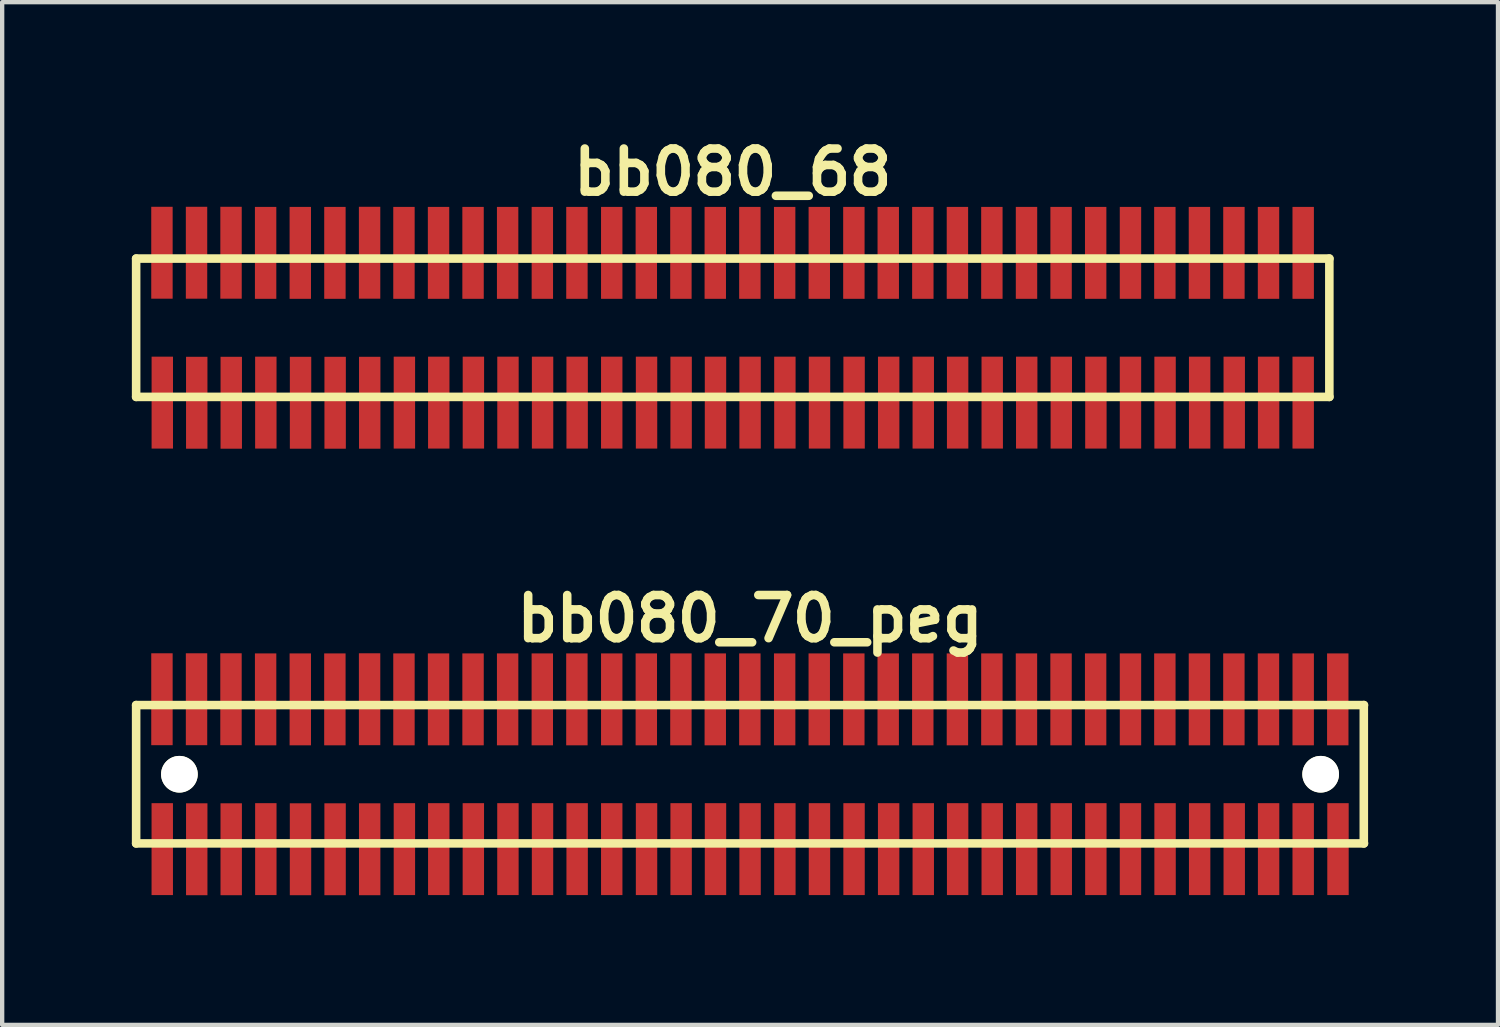
<source format=kicad_pcb>
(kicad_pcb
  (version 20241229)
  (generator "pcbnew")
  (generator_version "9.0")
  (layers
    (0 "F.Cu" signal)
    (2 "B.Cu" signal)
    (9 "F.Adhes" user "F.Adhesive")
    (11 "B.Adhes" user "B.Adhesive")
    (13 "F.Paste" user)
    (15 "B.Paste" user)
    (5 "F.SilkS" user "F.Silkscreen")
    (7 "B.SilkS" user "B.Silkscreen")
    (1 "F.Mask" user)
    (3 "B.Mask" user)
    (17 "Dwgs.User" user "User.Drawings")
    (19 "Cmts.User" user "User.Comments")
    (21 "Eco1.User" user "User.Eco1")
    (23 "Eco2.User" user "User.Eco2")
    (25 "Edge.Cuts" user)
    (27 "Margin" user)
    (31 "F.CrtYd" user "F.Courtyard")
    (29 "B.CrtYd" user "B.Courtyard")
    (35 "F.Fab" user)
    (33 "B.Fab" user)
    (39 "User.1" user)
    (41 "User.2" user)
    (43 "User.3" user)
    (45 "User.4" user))
  (footprint "bb080_70_peg"
    (layer "F.Cu")
    (at 14.3 14.859)
    (property "Reference" "bb080_70_peg" (at 0 -3.599 0) (layer "F.SilkS") (effects (font (size 0.998 0.998) (thickness 0.198))))
    (attr through_hole)
    (fp_line (start -14.201 -1.6) (end -14.201 1.6) (stroke (width 0.198) (type solid)) (layer "F.SilkS"))
    (fp_line (start -14.201 -1.6) (end 14.201 -1.6) (stroke (width 0.198) (type solid)) (layer "F.SilkS"))
    (fp_line (start 14.196 1.6) (end 14.196 -1.6) (stroke (width 0.198) (type solid)) (layer "F.SilkS"))
    (fp_line (start 14.201 1.6) (end -14.201 1.6) (stroke (width 0.198) (type solid)) (layer "F.SilkS"))
    (pad "" np_thru_hole circle (at -13.2 0) (size 0.848 0.848) (drill 0.848) (layers "*.Cu" "*.Mask" "F.SilkS"))
    (pad "" np_thru_hole circle (at 13.198 0) (size 0.848 0.848) (drill 0.848) (layers "*.Cu" "*.Mask" "F.SilkS"))
    (pad "1" smd rect (at -13.597 1.732) (size 0.495 2.126) (layers "F.Cu" "F.Mask" "F.Paste"))
    (pad "2" smd rect (at -13.604 -1.735) (size 0.495 2.126) (layers "F.Cu" "F.Mask" "F.Paste"))
    (pad "3" smd rect (at -12.799 1.735) (size 0.495 2.126) (layers "F.Cu" "F.Mask" "F.Paste"))
    (pad "4" smd rect (at -12.804 -1.735) (size 0.495 2.126) (layers "F.Cu" "F.Mask" "F.Paste"))
    (pad "5" smd rect (at -12.002 1.735) (size 0.495 2.126) (layers "F.Cu" "F.Mask" "F.Paste"))
    (pad "6" smd rect (at -12.007 -1.735) (size 0.495 2.126) (layers "F.Cu" "F.Mask" "F.Paste"))
    (pad "7" smd rect (at -11.201 1.732) (size 0.495 2.126) (layers "F.Cu" "F.Mask" "F.Paste"))
    (pad "8" smd rect (at -11.206 -1.732) (size 0.495 2.126) (layers "F.Cu" "F.Mask" "F.Paste"))
    (pad "9" smd rect (at -10.399 1.735) (size 0.495 2.126) (layers "F.Cu" "F.Mask" "F.Paste"))
    (pad "10" smd rect (at -10.404 -1.732) (size 0.495 2.126) (layers "F.Cu" "F.Mask" "F.Paste"))
    (pad "11" smd rect (at -9.599 1.735) (size 0.495 2.126) (layers "F.Cu" "F.Mask" "F.Paste"))
    (pad "12" smd rect (at -9.604 -1.732) (size 0.495 2.126) (layers "F.Cu" "F.Mask" "F.Paste"))
    (pad "13" smd rect (at -8.799 1.735) (size 0.495 2.126) (layers "F.Cu" "F.Mask" "F.Paste"))
    (pad "14" smd rect (at -8.801 -1.735) (size 0.495 2.126) (layers "F.Cu" "F.Mask" "F.Paste"))
    (pad "15" smd rect (at -7.996 1.732) (size 0.495 2.126) (layers "F.Cu" "F.Mask" "F.Paste"))
    (pad "16" smd rect (at -8.006 -1.732) (size 0.495 2.126) (layers "F.Cu" "F.Mask" "F.Paste"))
    (pad "17" smd rect (at -7.201 1.732) (size 0.495 2.126) (layers "F.Cu" "F.Mask" "F.Paste"))
    (pad "18" smd rect (at -7.206 -1.732) (size 0.495 2.126) (layers "F.Cu" "F.Mask" "F.Paste"))
    (pad "19" smd rect (at -6.401 1.732) (size 0.495 2.126) (layers "F.Cu" "F.Mask" "F.Paste"))
    (pad "20" smd rect (at -6.408 -1.732) (size 0.495 2.126) (layers "F.Cu" "F.Mask" "F.Paste"))
    (pad "21" smd rect (at -5.601 1.732) (size 0.495 2.126) (layers "F.Cu" "F.Mask" "F.Paste"))
    (pad "22" smd rect (at -5.608 -1.732) (size 0.495 2.126) (layers "F.Cu" "F.Mask" "F.Paste"))
    (pad "23" smd rect (at -4.801 1.732) (size 0.495 2.126) (layers "F.Cu" "F.Mask" "F.Paste"))
    (pad "24" smd rect (at -4.806 -1.732) (size 0.495 2.126) (layers "F.Cu" "F.Mask" "F.Paste"))
    (pad "25" smd rect (at -4 1.732) (size 0.495 2.126) (layers "F.Cu" "F.Mask" "F.Paste"))
    (pad "26" smd rect (at -4.006 -1.732) (size 0.495 2.126) (layers "F.Cu" "F.Mask" "F.Paste"))
    (pad "27" smd rect (at -3.2 1.732) (size 0.495 2.126) (layers "F.Cu" "F.Mask" "F.Paste"))
    (pad "28" smd rect (at -3.2 -1.732) (size 0.495 2.126) (layers "F.Cu" "F.Mask" "F.Paste"))
    (pad "29" smd rect (at -2.395 1.732) (size 0.495 2.126) (layers "F.Cu" "F.Mask" "F.Paste"))
    (pad "30" smd rect (at -2.4 -1.732) (size 0.495 2.126) (layers "F.Cu" "F.Mask" "F.Paste"))
    (pad "31" smd rect (at -1.595 1.732) (size 0.495 2.126) (layers "F.Cu" "F.Mask" "F.Paste"))
    (pad "32" smd rect (at -1.6 -1.732) (size 0.495 2.126) (layers "F.Cu" "F.Mask" "F.Paste"))
    (pad "33" smd rect (at -0.8 1.732) (size 0.495 2.126) (layers "F.Cu" "F.Mask" "F.Paste"))
    (pad "34" smd rect (at -0.805 -1.732) (size 0.495 2.126) (layers "F.Cu" "F.Mask" "F.Paste"))
    (pad "35" smd rect (at 0 1.732) (size 0.495 2.126) (layers "F.Cu" "F.Mask" "F.Paste"))
    (pad "36" smd rect (at -0.005 -1.732) (size 0.495 2.126) (layers "F.Cu" "F.Mask" "F.Paste"))
    (pad "37" smd rect (at 0.805 1.732) (size 0.495 2.126) (layers "F.Cu" "F.Mask" "F.Paste"))
    (pad "38" smd rect (at 0.8 -1.732) (size 0.495 2.126) (layers "F.Cu" "F.Mask" "F.Paste"))
    (pad "39" smd rect (at 1.605 1.732) (size 0.495 2.126) (layers "F.Cu" "F.Mask" "F.Paste"))
    (pad "40" smd rect (at 1.6 -1.732) (size 0.495 2.126) (layers "F.Cu" "F.Mask" "F.Paste"))
    (pad "41" smd rect (at 2.405 1.732) (size 0.495 2.126) (layers "F.Cu" "F.Mask" "F.Paste"))
    (pad "42" smd rect (at 2.4 -1.732) (size 0.495 2.126) (layers "F.Cu" "F.Mask" "F.Paste"))
    (pad "43" smd rect (at 3.205 1.732) (size 0.495 2.126) (layers "F.Cu" "F.Mask" "F.Paste"))
    (pad "44" smd rect (at 3.195 -1.732) (size 0.495 2.126) (layers "F.Cu" "F.Mask" "F.Paste"))
    (pad "45" smd rect (at 4.006 1.732) (size 0.495 2.126) (layers "F.Cu" "F.Mask" "F.Paste"))
    (pad "46" smd rect (at 3.995 -1.732) (size 0.495 2.126) (layers "F.Cu" "F.Mask" "F.Paste"))
    (pad "47" smd rect (at 4.801 1.732) (size 0.495 2.126) (layers "F.Cu" "F.Mask" "F.Paste"))
    (pad "48" smd rect (at 4.796 -1.732) (size 0.495 2.126) (layers "F.Cu" "F.Mask" "F.Paste"))
    (pad "49" smd rect (at 5.601 1.732) (size 0.495 2.126) (layers "F.Cu" "F.Mask" "F.Paste"))
    (pad "50" smd rect (at 5.593 -1.732) (size 0.495 2.126) (layers "F.Cu" "F.Mask" "F.Paste"))
    (pad "51" smd rect (at 6.398 1.732) (size 0.495 2.126) (layers "F.Cu" "F.Mask" "F.Paste"))
    (pad "52" smd rect (at 6.393 -1.732) (size 0.495 2.126) (layers "F.Cu" "F.Mask" "F.Paste"))
    (pad "53" smd rect (at 7.198 1.732) (size 0.495 2.126) (layers "F.Cu" "F.Mask" "F.Paste"))
    (pad "54" smd rect (at 7.193 -1.732) (size 0.495 2.126) (layers "F.Cu" "F.Mask" "F.Paste"))
    (pad "55" smd rect (at 7.998 1.732) (size 0.495 2.126) (layers "F.Cu" "F.Mask" "F.Paste"))
    (pad "56" smd rect (at 7.993 -1.732) (size 0.495 2.126) (layers "F.Cu" "F.Mask" "F.Paste"))
    (pad "57" smd rect (at 8.799 1.732) (size 0.495 2.126) (layers "F.Cu" "F.Mask" "F.Paste"))
    (pad "58" smd rect (at 8.799 -1.732) (size 0.495 2.126) (layers "F.Cu" "F.Mask" "F.Paste"))
    (pad "59" smd rect (at 9.599 1.732) (size 0.495 2.126) (layers "F.Cu" "F.Mask" "F.Paste"))
    (pad "60" smd rect (at 9.594 -1.732) (size 0.495 2.126) (layers "F.Cu" "F.Mask" "F.Paste"))
    (pad "61" smd rect (at 10.399 1.732) (size 0.495 2.126) (layers "F.Cu" "F.Mask" "F.Paste"))
    (pad "62" smd rect (at 10.394 -1.732) (size 0.495 2.126) (layers "F.Cu" "F.Mask" "F.Paste"))
    (pad "63" smd rect (at 11.199 1.732) (size 0.495 2.126) (layers "F.Cu" "F.Mask" "F.Paste"))
    (pad "64" smd rect (at 11.191 -1.732) (size 0.495 2.126) (layers "F.Cu" "F.Mask" "F.Paste"))
    (pad "65" smd rect (at 11.994 1.732) (size 0.495 2.126) (layers "F.Cu" "F.Mask" "F.Paste"))
    (pad "66" smd rect (at 11.991 -1.732) (size 0.495 2.126) (layers "F.Cu" "F.Mask" "F.Paste"))
    (pad "67" smd rect (at 12.794 1.732) (size 0.495 2.126) (layers "F.Cu" "F.Mask" "F.Paste"))
    (pad "68" smd rect (at 12.794 -1.732) (size 0.495 2.126) (layers "F.Cu" "F.Mask" "F.Paste"))
    (pad "69" smd rect (at 13.599 1.732) (size 0.495 2.126) (layers "F.Cu" "F.Mask" "F.Paste"))
    (pad "70" smd rect (at 13.594 -1.732) (size 0.495 2.126) (layers "F.Cu" "F.Mask" "F.Paste")))
  (footprint "bb080_68"
    (layer "F.Cu")
    (at 13.899 4.531)
    (property "Reference" "bb080_68" (at 0 -3.599 0) (layer "F.SilkS") (effects (font (size 0.998 0.998) (thickness 0.198))))
    (attr through_hole)
    (fp_line (start -13.8 -1.6) (end -13.8 1.6) (stroke (width 0.198) (type solid)) (layer "F.SilkS"))
    (fp_line (start -13.8 1.6) (end 13.802 1.6) (stroke (width 0.198) (type solid)) (layer "F.SilkS"))
    (fp_line (start 13.8 1.6) (end 13.8 -1.6) (stroke (width 0.198) (type solid)) (layer "F.SilkS"))
    (fp_line (start 13.802 -1.6) (end -13.8 -1.6) (stroke (width 0.198) (type solid)) (layer "F.SilkS"))
    (pad "1" smd rect (at -13.195 1.732) (size 0.495 2.126) (layers "F.Cu" "F.Mask" "F.Paste"))
    (pad "2" smd rect (at -13.203 -1.735) (size 0.495 2.126) (layers "F.Cu" "F.Mask" "F.Paste"))
    (pad "3" smd rect (at -12.398 1.735) (size 0.495 2.126) (layers "F.Cu" "F.Mask" "F.Paste"))
    (pad "4" smd rect (at -12.403 -1.735) (size 0.495 2.126) (layers "F.Cu" "F.Mask" "F.Paste"))
    (pad "5" smd rect (at -11.6 1.735) (size 0.495 2.126) (layers "F.Cu" "F.Mask" "F.Paste"))
    (pad "6" smd rect (at -11.605 -1.735) (size 0.495 2.126) (layers "F.Cu" "F.Mask" "F.Paste"))
    (pad "7" smd rect (at -10.8 1.732) (size 0.495 2.126) (layers "F.Cu" "F.Mask" "F.Paste"))
    (pad "8" smd rect (at -10.805 -1.732) (size 0.495 2.126) (layers "F.Cu" "F.Mask" "F.Paste"))
    (pad "9" smd rect (at -9.997 1.735) (size 0.495 2.126) (layers "F.Cu" "F.Mask" "F.Paste"))
    (pad "10" smd rect (at -10.003 -1.732) (size 0.495 2.126) (layers "F.Cu" "F.Mask" "F.Paste"))
    (pad "11" smd rect (at -9.197 1.735) (size 0.495 2.126) (layers "F.Cu" "F.Mask" "F.Paste"))
    (pad "12" smd rect (at -9.202 -1.732) (size 0.495 2.126) (layers "F.Cu" "F.Mask" "F.Paste"))
    (pad "13" smd rect (at -8.397 1.735) (size 0.495 2.126) (layers "F.Cu" "F.Mask" "F.Paste"))
    (pad "14" smd rect (at -8.4 -1.735) (size 0.495 2.126) (layers "F.Cu" "F.Mask" "F.Paste"))
    (pad "15" smd rect (at -7.595 1.732) (size 0.495 2.126) (layers "F.Cu" "F.Mask" "F.Paste"))
    (pad "16" smd rect (at -7.605 -1.732) (size 0.495 2.126) (layers "F.Cu" "F.Mask" "F.Paste"))
    (pad "17" smd rect (at -6.8 1.732) (size 0.495 2.126) (layers "F.Cu" "F.Mask" "F.Paste"))
    (pad "18" smd rect (at -6.805 -1.732) (size 0.495 2.126) (layers "F.Cu" "F.Mask" "F.Paste"))
    (pad "19" smd rect (at -5.999 1.732) (size 0.495 2.126) (layers "F.Cu" "F.Mask" "F.Paste"))
    (pad "20" smd rect (at -6.007 -1.732) (size 0.495 2.126) (layers "F.Cu" "F.Mask" "F.Paste"))
    (pad "21" smd rect (at -5.199 1.732) (size 0.495 2.126) (layers "F.Cu" "F.Mask" "F.Paste"))
    (pad "22" smd rect (at -5.207 -1.732) (size 0.495 2.126) (layers "F.Cu" "F.Mask" "F.Paste"))
    (pad "23" smd rect (at -4.399 1.732) (size 0.495 2.126) (layers "F.Cu" "F.Mask" "F.Paste"))
    (pad "24" smd rect (at -4.404 -1.732) (size 0.495 2.126) (layers "F.Cu" "F.Mask" "F.Paste"))
    (pad "25" smd rect (at -3.599 1.732) (size 0.495 2.126) (layers "F.Cu" "F.Mask" "F.Paste"))
    (pad "26" smd rect (at -3.604 -1.732) (size 0.495 2.126) (layers "F.Cu" "F.Mask" "F.Paste"))
    (pad "27" smd rect (at -2.799 1.732) (size 0.495 2.126) (layers "F.Cu" "F.Mask" "F.Paste"))
    (pad "28" smd rect (at -2.799 -1.732) (size 0.495 2.126) (layers "F.Cu" "F.Mask" "F.Paste"))
    (pad "29" smd rect (at -1.994 1.732) (size 0.495 2.126) (layers "F.Cu" "F.Mask" "F.Paste"))
    (pad "30" smd rect (at -1.999 -1.732) (size 0.495 2.126) (layers "F.Cu" "F.Mask" "F.Paste"))
    (pad "31" smd rect (at -1.194 1.732) (size 0.495 2.126) (layers "F.Cu" "F.Mask" "F.Paste"))
    (pad "32" smd rect (at -1.199 -1.732) (size 0.495 2.126) (layers "F.Cu" "F.Mask" "F.Paste"))
    (pad "33" smd rect (at -0.399 1.732) (size 0.495 2.126) (layers "F.Cu" "F.Mask" "F.Paste"))
    (pad "34" smd rect (at -0.404 -1.732) (size 0.495 2.126) (layers "F.Cu" "F.Mask" "F.Paste"))
    (pad "35" smd rect (at 0.401 1.732) (size 0.495 2.126) (layers "F.Cu" "F.Mask" "F.Paste"))
    (pad "36" smd rect (at 0.396 -1.732) (size 0.495 2.126) (layers "F.Cu" "F.Mask" "F.Paste"))
    (pad "37" smd rect (at 1.206 1.732) (size 0.495 2.126) (layers "F.Cu" "F.Mask" "F.Paste"))
    (pad "38" smd rect (at 1.201 -1.732) (size 0.495 2.126) (layers "F.Cu" "F.Mask" "F.Paste"))
    (pad "39" smd rect (at 2.007 1.732) (size 0.495 2.126) (layers "F.Cu" "F.Mask" "F.Paste"))
    (pad "40" smd rect (at 2.002 -1.732) (size 0.495 2.126) (layers "F.Cu" "F.Mask" "F.Paste"))
    (pad "41" smd rect (at 2.807 1.732) (size 0.495 2.126) (layers "F.Cu" "F.Mask" "F.Paste"))
    (pad "42" smd rect (at 2.802 -1.732) (size 0.495 2.126) (layers "F.Cu" "F.Mask" "F.Paste"))
    (pad "43" smd rect (at 3.607 1.732) (size 0.495 2.126) (layers "F.Cu" "F.Mask" "F.Paste"))
    (pad "44" smd rect (at 3.597 -1.732) (size 0.495 2.126) (layers "F.Cu" "F.Mask" "F.Paste"))
    (pad "45" smd rect (at 4.407 1.732) (size 0.495 2.126) (layers "F.Cu" "F.Mask" "F.Paste"))
    (pad "46" smd rect (at 4.397 -1.732) (size 0.495 2.126) (layers "F.Cu" "F.Mask" "F.Paste"))
    (pad "47" smd rect (at 5.202 1.732) (size 0.495 2.126) (layers "F.Cu" "F.Mask" "F.Paste"))
    (pad "48" smd rect (at 5.197 -1.732) (size 0.495 2.126) (layers "F.Cu" "F.Mask" "F.Paste"))
    (pad "49" smd rect (at 6.002 1.732) (size 0.495 2.126) (layers "F.Cu" "F.Mask" "F.Paste"))
    (pad "50" smd rect (at 5.994 -1.732) (size 0.495 2.126) (layers "F.Cu" "F.Mask" "F.Paste"))
    (pad "51" smd rect (at 6.8 1.732) (size 0.495 2.126) (layers "F.Cu" "F.Mask" "F.Paste"))
    (pad "52" smd rect (at 6.795 -1.732) (size 0.495 2.126) (layers "F.Cu" "F.Mask" "F.Paste"))
    (pad "53" smd rect (at 7.6 1.732) (size 0.495 2.126) (layers "F.Cu" "F.Mask" "F.Paste"))
    (pad "54" smd rect (at 7.595 -1.732) (size 0.495 2.126) (layers "F.Cu" "F.Mask" "F.Paste"))
    (pad "55" smd rect (at 8.4 1.732) (size 0.495 2.126) (layers "F.Cu" "F.Mask" "F.Paste"))
    (pad "56" smd rect (at 8.395 -1.732) (size 0.495 2.126) (layers "F.Cu" "F.Mask" "F.Paste"))
    (pad "57" smd rect (at 9.2 1.732) (size 0.495 2.126) (layers "F.Cu" "F.Mask" "F.Paste"))
    (pad "58" smd rect (at 9.2 -1.732) (size 0.495 2.126) (layers "F.Cu" "F.Mask" "F.Paste"))
    (pad "59" smd rect (at 10 1.732) (size 0.495 2.126) (layers "F.Cu" "F.Mask" "F.Paste"))
    (pad "60" smd rect (at 9.995 -1.732) (size 0.495 2.126) (layers "F.Cu" "F.Mask" "F.Paste"))
    (pad "61" smd rect (at 10.8 1.732) (size 0.495 2.126) (layers "F.Cu" "F.Mask" "F.Paste"))
    (pad "62" smd rect (at 10.795 -1.732) (size 0.495 2.126) (layers "F.Cu" "F.Mask" "F.Paste"))
    (pad "63" smd rect (at 11.6 1.732) (size 0.495 2.126) (layers "F.Cu" "F.Mask" "F.Paste"))
    (pad "64" smd rect (at 11.593 -1.732) (size 0.495 2.126) (layers "F.Cu" "F.Mask" "F.Paste"))
    (pad "65" smd rect (at 12.395 1.732) (size 0.495 2.126) (layers "F.Cu" "F.Mask" "F.Paste"))
    (pad "66" smd rect (at 12.393 -1.732) (size 0.495 2.126) (layers "F.Cu" "F.Mask" "F.Paste"))
    (pad "67" smd rect (at 13.195 1.732) (size 0.495 2.126) (layers "F.Cu" "F.Mask" "F.Paste"))
    (pad "68" smd rect (at 13.195 -1.732) (size 0.495 2.126) (layers "F.Cu" "F.Mask" "F.Paste")))
  (gr_rect
    (start -3 -3)
    (end 31.6 20.657)
    (stroke (width 0.1) (type default))
    (fill no)
    (layer "Edge.Cuts")))
</source>
